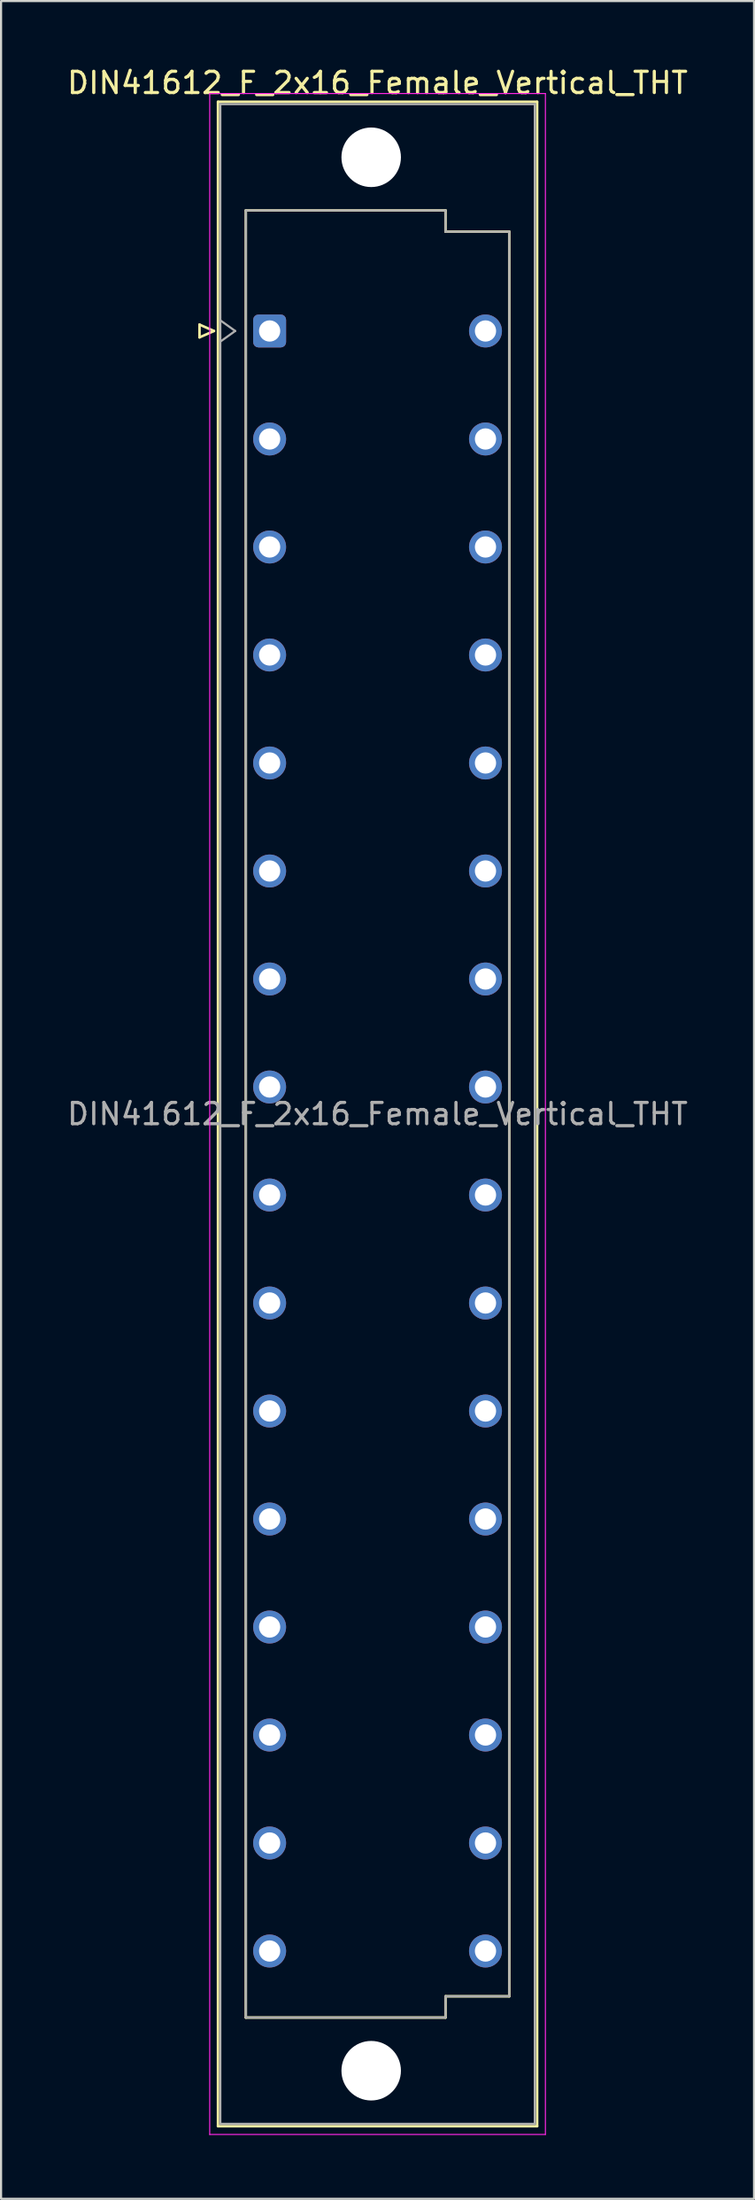
<source format=kicad_pcb>
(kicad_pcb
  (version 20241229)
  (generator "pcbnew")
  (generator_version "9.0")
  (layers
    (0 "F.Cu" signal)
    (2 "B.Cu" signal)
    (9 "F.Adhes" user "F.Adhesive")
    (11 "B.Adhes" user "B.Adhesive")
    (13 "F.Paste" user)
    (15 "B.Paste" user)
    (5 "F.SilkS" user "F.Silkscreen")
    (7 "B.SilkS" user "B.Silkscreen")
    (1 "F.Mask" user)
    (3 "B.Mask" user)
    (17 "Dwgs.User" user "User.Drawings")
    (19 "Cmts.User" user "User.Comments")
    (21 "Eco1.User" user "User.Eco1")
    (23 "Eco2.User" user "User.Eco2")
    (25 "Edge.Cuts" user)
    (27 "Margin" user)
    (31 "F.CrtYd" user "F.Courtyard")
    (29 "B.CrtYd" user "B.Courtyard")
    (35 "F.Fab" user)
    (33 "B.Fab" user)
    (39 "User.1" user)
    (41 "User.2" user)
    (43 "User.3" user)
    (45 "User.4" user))
  (footprint "DIN41612_F_2x16_Female_Vertical_THT"
    (layer "F.Cu")
    (at 12.18 9.978)
    (property "Reference" "DIN41612_F_2x16_Female_Vertical_THT" (at 2.54 -9.13 0) (layer "F.SilkS") (effects (font (size 1 1) (thickness 0.15))))
    (attr through_hole)
    (fp_line (start -5.84 2.24) (end -5.84 2.84) (stroke (width 0.12) (type solid)) (layer "F.SilkS"))
    (fp_line (start -5.84 2.84) (end -5.16 2.54) (stroke (width 0.12) (type solid)) (layer "F.SilkS"))
    (fp_line (start -5.16 2.54) (end -5.84 2.24) (stroke (width 0.12) (type solid)) (layer "F.SilkS"))
    (fp_line (start -4.97 -8.24) (end 10.05 -8.24) (stroke (width 0.12) (type solid)) (layer "F.SilkS"))
    (fp_line (start -4.97 86.98) (end -4.97 -8.24) (stroke (width 0.12) (type solid)) (layer "F.SilkS"))
    (fp_line (start -3.66 -3.131) (end 5.74 -3.131) (stroke (width 0.12) (type solid)) (layer "F.SilkS"))
    (fp_line (start -3.66 81.87) (end -3.66 -3.131) (stroke (width 0.12) (type solid)) (layer "F.SilkS"))
    (fp_line (start 5.74 -3.131) (end 5.74 -2.131) (stroke (width 0.12) (type solid)) (layer "F.SilkS"))
    (fp_line (start 5.74 -2.131) (end 8.74 -2.131) (stroke (width 0.12) (type solid)) (layer "F.SilkS"))
    (fp_line (start 5.74 80.87) (end 5.74 81.87) (stroke (width 0.12) (type solid)) (layer "F.SilkS"))
    (fp_line (start 5.74 81.87) (end -3.66 81.87) (stroke (width 0.12) (type solid)) (layer "F.SilkS"))
    (fp_line (start 8.74 -2.131) (end 8.74 80.87) (stroke (width 0.12) (type solid)) (layer "F.SilkS"))
    (fp_line (start 8.74 80.87) (end 5.74 80.87) (stroke (width 0.12) (type solid)) (layer "F.SilkS"))
    (fp_line (start 10.05 -8.24) (end 10.05 86.98) (stroke (width 0.12) (type solid)) (layer "F.SilkS"))
    (fp_line (start 10.05 86.98) (end -4.97 86.98) (stroke (width 0.12) (type solid)) (layer "F.SilkS"))
    (fp_line (start -5.36 -8.63) (end 10.44 -8.63) (stroke (width 0.05) (type solid)) (layer "F.CrtYd"))
    (fp_line (start -5.36 87.37) (end -5.36 -8.63) (stroke (width 0.05) (type solid)) (layer "F.CrtYd"))
    (fp_line (start 10.44 -8.63) (end 10.44 87.37) (stroke (width 0.05) (type solid)) (layer "F.CrtYd"))
    (fp_line (start 10.44 87.37) (end -5.36 87.37) (stroke (width 0.05) (type solid)) (layer "F.CrtYd"))
    (fp_line (start -4.86 -8.13) (end 9.94 -8.13) (stroke (width 0.1) (type solid)) (layer "F.Fab"))
    (fp_line (start -4.86 2.04) (end -4.16 2.54) (stroke (width 0.1) (type solid)) (layer "F.Fab"))
    (fp_line (start -4.86 86.87) (end -4.86 -8.13) (stroke (width 0.1) (type solid)) (layer "F.Fab"))
    (fp_line (start -4.16 2.54) (end -4.86 3.04) (stroke (width 0.1) (type solid)) (layer "F.Fab"))
    (fp_line (start -3.66 -3.13) (end 5.74 -3.13) (stroke (width 0.1) (type solid)) (layer "F.Fab"))
    (fp_line (start -3.66 81.87) (end -3.66 -3.13) (stroke (width 0.1) (type solid)) (layer "F.Fab"))
    (fp_line (start 5.74 -3.13) (end 5.74 -2.13) (stroke (width 0.1) (type solid)) (layer "F.Fab"))
    (fp_line (start 5.74 -2.13) (end 8.74 -2.13) (stroke (width 0.1) (type solid)) (layer "F.Fab"))
    (fp_line (start 5.74 80.87) (end 5.74 81.87) (stroke (width 0.1) (type solid)) (layer "F.Fab"))
    (fp_line (start 5.74 81.87) (end -3.66 81.87) (stroke (width 0.1) (type solid)) (layer "F.Fab"))
    (fp_line (start 8.74 -2.13) (end 8.74 80.87) (stroke (width 0.1) (type solid)) (layer "F.Fab"))
    (fp_line (start 8.74 80.87) (end 5.74 80.87) (stroke (width 0.1) (type solid)) (layer "F.Fab"))
    (fp_line (start 9.94 -8.13) (end 9.94 86.87) (stroke (width 0.1) (type solid)) (layer "F.Fab"))
    (fp_line (start 9.94 86.87) (end -4.86 86.87) (stroke (width 0.1) (type solid)) (layer "F.Fab"))
    (fp_text user "${REFERENCE}" (at 2.54 39.37 0) (layer "F.Fab") (effects (font (size 1 1) (thickness 0.15))))
    (pad "" np_thru_hole circle (at 2.24 -5.63) (size 2.8 2.8) (drill 2.8) (layers "*.Cu" "*.Mask"))
    (pad "" np_thru_hole circle (at 2.24 84.37) (size 2.8 2.8) (drill 2.8) (layers "*.Cu" "*.Mask"))
    (pad "d2" thru_hole circle (at 7.62 2.54) (size 1.55 1.55) (drill 1) (layers "*.Cu" "*.Mask"))
    (pad "d4" thru_hole circle (at 7.62 7.62) (size 1.55 1.55) (drill 1) (layers "*.Cu" "*.Mask"))
    (pad "d6" thru_hole circle (at 7.62 12.7) (size 1.55 1.55) (drill 1) (layers "*.Cu" "*.Mask"))
    (pad "d8" thru_hole circle (at 7.62 17.78) (size 1.55 1.55) (drill 1) (layers "*.Cu" "*.Mask"))
    (pad "d10" thru_hole circle (at 7.62 22.86) (size 1.55 1.55) (drill 1) (layers "*.Cu" "*.Mask"))
    (pad "d12" thru_hole circle (at 7.62 27.94) (size 1.55 1.55) (drill 1) (layers "*.Cu" "*.Mask"))
    (pad "d14" thru_hole circle (at 7.62 33.02) (size 1.55 1.55) (drill 1) (layers "*.Cu" "*.Mask"))
    (pad "d16" thru_hole circle (at 7.62 38.1) (size 1.55 1.55) (drill 1) (layers "*.Cu" "*.Mask"))
    (pad "d18" thru_hole circle (at 7.62 43.18) (size 1.55 1.55) (drill 1) (layers "*.Cu" "*.Mask"))
    (pad "d20" thru_hole circle (at 7.62 48.26) (size 1.55 1.55) (drill 1) (layers "*.Cu" "*.Mask"))
    (pad "d22" thru_hole circle (at 7.62 53.34) (size 1.55 1.55) (drill 1) (layers "*.Cu" "*.Mask"))
    (pad "d24" thru_hole circle (at 7.62 58.42) (size 1.55 1.55) (drill 1) (layers "*.Cu" "*.Mask"))
    (pad "d26" thru_hole circle (at 7.62 63.5) (size 1.55 1.55) (drill 1) (layers "*.Cu" "*.Mask"))
    (pad "d28" thru_hole circle (at 7.62 68.58) (size 1.55 1.55) (drill 1) (layers "*.Cu" "*.Mask"))
    (pad "d30" thru_hole circle (at 7.62 73.66) (size 1.55 1.55) (drill 1) (layers "*.Cu" "*.Mask"))
    (pad "d32" thru_hole circle (at 7.62 78.74) (size 1.55 1.55) (drill 1) (layers "*.Cu" "*.Mask"))
    (pad "z2" thru_hole roundrect (at -2.54 2.54) (size 1.55 1.55) (drill 1) (layers "*.Cu" "*.Mask") (roundrect_rratio 0.161))
    (pad "z4" thru_hole circle (at -2.54 7.62) (size 1.55 1.55) (drill 1) (layers "*.Cu" "*.Mask"))
    (pad "z6" thru_hole circle (at -2.54 12.7) (size 1.55 1.55) (drill 1) (layers "*.Cu" "*.Mask"))
    (pad "z8" thru_hole circle (at -2.54 17.78) (size 1.55 1.55) (drill 1) (layers "*.Cu" "*.Mask"))
    (pad "z10" thru_hole circle (at -2.54 22.86) (size 1.55 1.55) (drill 1) (layers "*.Cu" "*.Mask"))
    (pad "z12" thru_hole circle (at -2.54 27.94) (size 1.55 1.55) (drill 1) (layers "*.Cu" "*.Mask"))
    (pad "z14" thru_hole circle (at -2.54 33.02) (size 1.55 1.55) (drill 1) (layers "*.Cu" "*.Mask"))
    (pad "z16" thru_hole circle (at -2.54 38.1) (size 1.55 1.55) (drill 1) (layers "*.Cu" "*.Mask"))
    (pad "z18" thru_hole circle (at -2.54 43.18) (size 1.55 1.55) (drill 1) (layers "*.Cu" "*.Mask"))
    (pad "z20" thru_hole circle (at -2.54 48.26) (size 1.55 1.55) (drill 1) (layers "*.Cu" "*.Mask"))
    (pad "z22" thru_hole circle (at -2.54 53.34) (size 1.55 1.55) (drill 1) (layers "*.Cu" "*.Mask"))
    (pad "z24" thru_hole circle (at -2.54 58.42) (size 1.55 1.55) (drill 1) (layers "*.Cu" "*.Mask"))
    (pad "z26" thru_hole circle (at -2.54 63.5) (size 1.55 1.55) (drill 1) (layers "*.Cu" "*.Mask"))
    (pad "z28" thru_hole circle (at -2.54 68.58) (size 1.55 1.55) (drill 1) (layers "*.Cu" "*.Mask"))
    (pad "z30" thru_hole circle (at -2.54 73.66) (size 1.55 1.55) (drill 1) (layers "*.Cu" "*.Mask"))
    (pad "z32" thru_hole circle (at -2.54 78.74) (size 1.55 1.55) (drill 1) (layers "*.Cu" "*.Mask")))
  (gr_rect
    (start -3 -3)
    (end 32.44 100.373)
    (stroke (width 0.1) (type default))
    (fill no)
    (layer "Edge.Cuts")))
</source>
